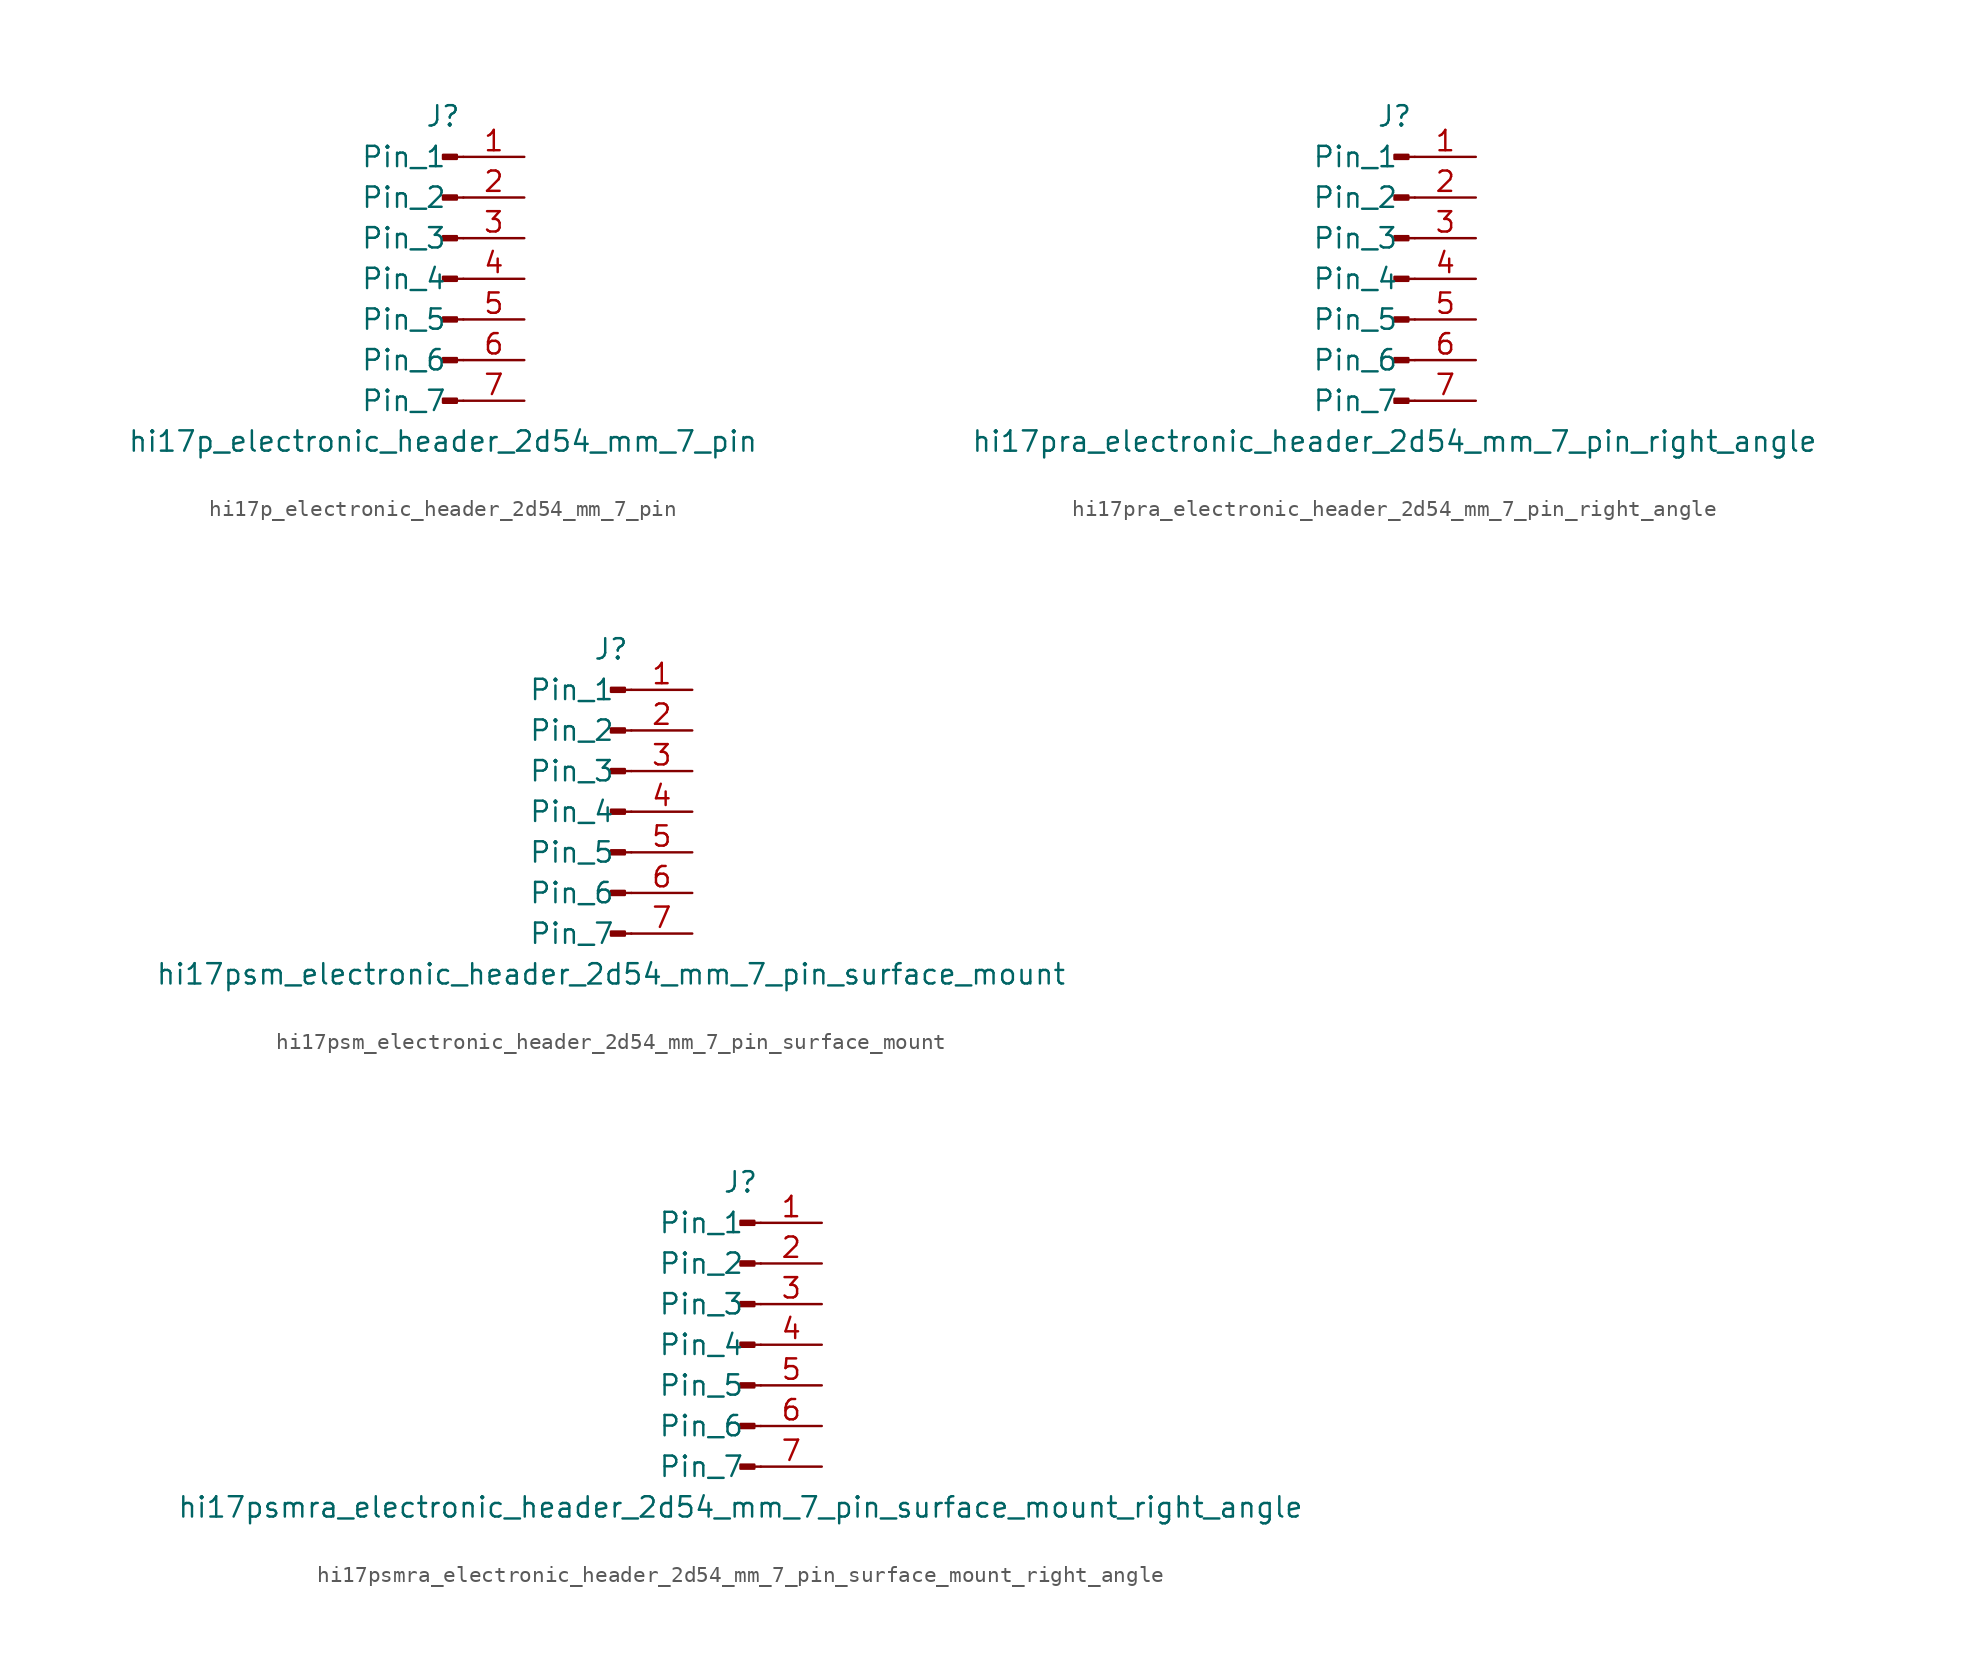
<source format=kicad_sym>
(kicad_symbol_lib
  (version 20220914)
  (generator kicad_symbol_editor)
  (symbol "hi17p_electronic_header_2d54_mm_7_pin"
    (pin_names
      (offset 1.016))
    (property "Reference" "J"
      (at 0 10.16 0)
      (effects (font (size 1.27 1.27))))
    (property "Value" "hi17p_electronic_header_2d54_mm_7_pin"
      (at 0 -10.16 0)
      (effects (font (size 1.27 1.27))))
    (property "ki_locked" ""
      (at 0 0 0)
      (effects (font (size 1.27 1.27))))
    (symbol "hi17p_electronic_header_2d54_mm_7_pin_1_1"
      (polyline (pts (xy 1.27 -7.62) (xy 0.864 -7.62)) (stroke (width 0.152) (type default)) (fill (type none)))
      (polyline (pts (xy 1.27 -5.08) (xy 0.864 -5.08)) (stroke (width 0.152) (type default)) (fill (type none)))
      (polyline (pts (xy 1.27 -2.54) (xy 0.864 -2.54)) (stroke (width 0.152) (type default)) (fill (type none)))
      (polyline (pts (xy 1.27 0) (xy 0.864 0)) (stroke (width 0.152) (type default)) (fill (type none)))
      (polyline (pts (xy 1.27 2.54) (xy 0.864 2.54)) (stroke (width 0.152) (type default)) (fill (type none)))
      (polyline (pts (xy 1.27 5.08) (xy 0.864 5.08)) (stroke (width 0.152) (type default)) (fill (type none)))
      (polyline (pts (xy 1.27 7.62) (xy 0.864 7.62)) (stroke (width 0.152) (type default)) (fill (type none)))
      (rectangle (start 0.864 -7.493) (end 0 -7.747) (stroke (width 0.152) (type default)) (fill (type outline)))
      (rectangle (start 0.864 -4.953) (end 0 -5.207) (stroke (width 0.152) (type default)) (fill (type outline)))
      (rectangle (start 0.864 -2.413) (end 0 -2.667) (stroke (width 0.152) (type default)) (fill (type outline)))
      (rectangle (start 0.864 0.127) (end 0 -0.127) (stroke (width 0.152) (type default)) (fill (type outline)))
      (rectangle (start 0.864 2.667) (end 0 2.413) (stroke (width 0.152) (type default)) (fill (type outline)))
      (rectangle (start 0.864 5.207) (end 0 4.953) (stroke (width 0.152) (type default)) (fill (type outline)))
      (rectangle (start 0.864 7.747) (end 0 7.493) (stroke (width 0.152) (type default)) (fill (type outline)))
      (pin passive line (at 5.08 7.62 180) (length 3.81) (name "Pin_1" (effects (font (size 1.27 1.27)))) (number "1" (effects (font (size 1.27 1.27)))))
      (pin passive line (at 5.08 5.08 180) (length 3.81) (name "Pin_2" (effects (font (size 1.27 1.27)))) (number "2" (effects (font (size 1.27 1.27)))))
      (pin passive line (at 5.08 2.54 180) (length 3.81) (name "Pin_3" (effects (font (size 1.27 1.27)))) (number "3" (effects (font (size 1.27 1.27)))))
      (pin passive line (at 5.08 0 180) (length 3.81) (name "Pin_4" (effects (font (size 1.27 1.27)))) (number "4" (effects (font (size 1.27 1.27)))))
      (pin passive line (at 5.08 -2.54 180) (length 3.81) (name "Pin_5" (effects (font (size 1.27 1.27)))) (number "5" (effects (font (size 1.27 1.27)))))
      (pin passive line (at 5.08 -5.08 180) (length 3.81) (name "Pin_6" (effects (font (size 1.27 1.27)))) (number "6" (effects (font (size 1.27 1.27)))))
      (pin passive line (at 5.08 -7.62 180) (length 3.81) (name "Pin_7" (effects (font (size 1.27 1.27)))) (number "7" (effects (font (size 1.27 1.27)))))))
  (symbol "hi17pra_electronic_header_2d54_mm_7_pin_right_angle"
    (pin_names
      (offset 1.016))
    (property "Reference" "J"
      (at 0 10.16 0)
      (effects (font (size 1.27 1.27))))
    (property "Value" "hi17pra_electronic_header_2d54_mm_7_pin_right_angle"
      (at 0 -10.16 0)
      (effects (font (size 1.27 1.27))))
    (property "ki_locked" ""
      (at 0 0 0)
      (effects (font (size 1.27 1.27))))
    (symbol "hi17pra_electronic_header_2d54_mm_7_pin_right_angle_1_1"
      (polyline (pts (xy 1.27 -7.62) (xy 0.864 -7.62)) (stroke (width 0.152) (type default)) (fill (type none)))
      (polyline (pts (xy 1.27 -5.08) (xy 0.864 -5.08)) (stroke (width 0.152) (type default)) (fill (type none)))
      (polyline (pts (xy 1.27 -2.54) (xy 0.864 -2.54)) (stroke (width 0.152) (type default)) (fill (type none)))
      (polyline (pts (xy 1.27 0) (xy 0.864 0)) (stroke (width 0.152) (type default)) (fill (type none)))
      (polyline (pts (xy 1.27 2.54) (xy 0.864 2.54)) (stroke (width 0.152) (type default)) (fill (type none)))
      (polyline (pts (xy 1.27 5.08) (xy 0.864 5.08)) (stroke (width 0.152) (type default)) (fill (type none)))
      (polyline (pts (xy 1.27 7.62) (xy 0.864 7.62)) (stroke (width 0.152) (type default)) (fill (type none)))
      (rectangle (start 0.864 -7.493) (end 0 -7.747) (stroke (width 0.152) (type default)) (fill (type outline)))
      (rectangle (start 0.864 -4.953) (end 0 -5.207) (stroke (width 0.152) (type default)) (fill (type outline)))
      (rectangle (start 0.864 -2.413) (end 0 -2.667) (stroke (width 0.152) (type default)) (fill (type outline)))
      (rectangle (start 0.864 0.127) (end 0 -0.127) (stroke (width 0.152) (type default)) (fill (type outline)))
      (rectangle (start 0.864 2.667) (end 0 2.413) (stroke (width 0.152) (type default)) (fill (type outline)))
      (rectangle (start 0.864 5.207) (end 0 4.953) (stroke (width 0.152) (type default)) (fill (type outline)))
      (rectangle (start 0.864 7.747) (end 0 7.493) (stroke (width 0.152) (type default)) (fill (type outline)))
      (pin passive line (at 5.08 7.62 180) (length 3.81) (name "Pin_1" (effects (font (size 1.27 1.27)))) (number "1" (effects (font (size 1.27 1.27)))))
      (pin passive line (at 5.08 5.08 180) (length 3.81) (name "Pin_2" (effects (font (size 1.27 1.27)))) (number "2" (effects (font (size 1.27 1.27)))))
      (pin passive line (at 5.08 2.54 180) (length 3.81) (name "Pin_3" (effects (font (size 1.27 1.27)))) (number "3" (effects (font (size 1.27 1.27)))))
      (pin passive line (at 5.08 0 180) (length 3.81) (name "Pin_4" (effects (font (size 1.27 1.27)))) (number "4" (effects (font (size 1.27 1.27)))))
      (pin passive line (at 5.08 -2.54 180) (length 3.81) (name "Pin_5" (effects (font (size 1.27 1.27)))) (number "5" (effects (font (size 1.27 1.27)))))
      (pin passive line (at 5.08 -5.08 180) (length 3.81) (name "Pin_6" (effects (font (size 1.27 1.27)))) (number "6" (effects (font (size 1.27 1.27)))))
      (pin passive line (at 5.08 -7.62 180) (length 3.81) (name "Pin_7" (effects (font (size 1.27 1.27)))) (number "7" (effects (font (size 1.27 1.27)))))))
  (symbol "hi17psm_electronic_header_2d54_mm_7_pin_surface_mount"
    (pin_names
      (offset 1.016))
    (property "Reference" "J"
      (at 0 10.16 0)
      (effects (font (size 1.27 1.27))))
    (property "Value" "hi17psm_electronic_header_2d54_mm_7_pin_surface_mount"
      (at 0 -10.16 0)
      (effects (font (size 1.27 1.27))))
    (property "ki_locked" ""
      (at 0 0 0)
      (effects (font (size 1.27 1.27))))
    (symbol "hi17psm_electronic_header_2d54_mm_7_pin_surface_mount_1_1"
      (polyline (pts (xy 1.27 -7.62) (xy 0.864 -7.62)) (stroke (width 0.152) (type default)) (fill (type none)))
      (polyline (pts (xy 1.27 -5.08) (xy 0.864 -5.08)) (stroke (width 0.152) (type default)) (fill (type none)))
      (polyline (pts (xy 1.27 -2.54) (xy 0.864 -2.54)) (stroke (width 0.152) (type default)) (fill (type none)))
      (polyline (pts (xy 1.27 0) (xy 0.864 0)) (stroke (width 0.152) (type default)) (fill (type none)))
      (polyline (pts (xy 1.27 2.54) (xy 0.864 2.54)) (stroke (width 0.152) (type default)) (fill (type none)))
      (polyline (pts (xy 1.27 5.08) (xy 0.864 5.08)) (stroke (width 0.152) (type default)) (fill (type none)))
      (polyline (pts (xy 1.27 7.62) (xy 0.864 7.62)) (stroke (width 0.152) (type default)) (fill (type none)))
      (rectangle (start 0.864 -7.493) (end 0 -7.747) (stroke (width 0.152) (type default)) (fill (type outline)))
      (rectangle (start 0.864 -4.953) (end 0 -5.207) (stroke (width 0.152) (type default)) (fill (type outline)))
      (rectangle (start 0.864 -2.413) (end 0 -2.667) (stroke (width 0.152) (type default)) (fill (type outline)))
      (rectangle (start 0.864 0.127) (end 0 -0.127) (stroke (width 0.152) (type default)) (fill (type outline)))
      (rectangle (start 0.864 2.667) (end 0 2.413) (stroke (width 0.152) (type default)) (fill (type outline)))
      (rectangle (start 0.864 5.207) (end 0 4.953) (stroke (width 0.152) (type default)) (fill (type outline)))
      (rectangle (start 0.864 7.747) (end 0 7.493) (stroke (width 0.152) (type default)) (fill (type outline)))
      (pin passive line (at 5.08 7.62 180) (length 3.81) (name "Pin_1" (effects (font (size 1.27 1.27)))) (number "1" (effects (font (size 1.27 1.27)))))
      (pin passive line (at 5.08 5.08 180) (length 3.81) (name "Pin_2" (effects (font (size 1.27 1.27)))) (number "2" (effects (font (size 1.27 1.27)))))
      (pin passive line (at 5.08 2.54 180) (length 3.81) (name "Pin_3" (effects (font (size 1.27 1.27)))) (number "3" (effects (font (size 1.27 1.27)))))
      (pin passive line (at 5.08 0 180) (length 3.81) (name "Pin_4" (effects (font (size 1.27 1.27)))) (number "4" (effects (font (size 1.27 1.27)))))
      (pin passive line (at 5.08 -2.54 180) (length 3.81) (name "Pin_5" (effects (font (size 1.27 1.27)))) (number "5" (effects (font (size 1.27 1.27)))))
      (pin passive line (at 5.08 -5.08 180) (length 3.81) (name "Pin_6" (effects (font (size 1.27 1.27)))) (number "6" (effects (font (size 1.27 1.27)))))
      (pin passive line (at 5.08 -7.62 180) (length 3.81) (name "Pin_7" (effects (font (size 1.27 1.27)))) (number "7" (effects (font (size 1.27 1.27)))))))
  (symbol "hi17psmra_electronic_header_2d54_mm_7_pin_surface_mount_right_angle"
    (pin_names
      (offset 1.016))
    (property "Reference" "J"
      (at 0 10.16 0)
      (effects (font (size 1.27 1.27))))
    (property "Value" "hi17psmra_electronic_header_2d54_mm_7_pin_surface_mount_right_angle"
      (at 0 -10.16 0)
      (effects (font (size 1.27 1.27))))
    (property "ki_locked" ""
      (at 0 0 0)
      (effects (font (size 1.27 1.27))))
    (symbol "hi17psmra_electronic_header_2d54_mm_7_pin_surface_mount_right_angle_1_1"
      (polyline (pts (xy 1.27 -7.62) (xy 0.864 -7.62)) (stroke (width 0.152) (type default)) (fill (type none)))
      (polyline (pts (xy 1.27 -5.08) (xy 0.864 -5.08)) (stroke (width 0.152) (type default)) (fill (type none)))
      (polyline (pts (xy 1.27 -2.54) (xy 0.864 -2.54)) (stroke (width 0.152) (type default)) (fill (type none)))
      (polyline (pts (xy 1.27 0) (xy 0.864 0)) (stroke (width 0.152) (type default)) (fill (type none)))
      (polyline (pts (xy 1.27 2.54) (xy 0.864 2.54)) (stroke (width 0.152) (type default)) (fill (type none)))
      (polyline (pts (xy 1.27 5.08) (xy 0.864 5.08)) (stroke (width 0.152) (type default)) (fill (type none)))
      (polyline (pts (xy 1.27 7.62) (xy 0.864 7.62)) (stroke (width 0.152) (type default)) (fill (type none)))
      (rectangle (start 0.864 -7.493) (end 0 -7.747) (stroke (width 0.152) (type default)) (fill (type outline)))
      (rectangle (start 0.864 -4.953) (end 0 -5.207) (stroke (width 0.152) (type default)) (fill (type outline)))
      (rectangle (start 0.864 -2.413) (end 0 -2.667) (stroke (width 0.152) (type default)) (fill (type outline)))
      (rectangle (start 0.864 0.127) (end 0 -0.127) (stroke (width 0.152) (type default)) (fill (type outline)))
      (rectangle (start 0.864 2.667) (end 0 2.413) (stroke (width 0.152) (type default)) (fill (type outline)))
      (rectangle (start 0.864 5.207) (end 0 4.953) (stroke (width 0.152) (type default)) (fill (type outline)))
      (rectangle (start 0.864 7.747) (end 0 7.493) (stroke (width 0.152) (type default)) (fill (type outline)))
      (pin passive line (at 5.08 7.62 180) (length 3.81) (name "Pin_1" (effects (font (size 1.27 1.27)))) (number "1" (effects (font (size 1.27 1.27)))))
      (pin passive line (at 5.08 5.08 180) (length 3.81) (name "Pin_2" (effects (font (size 1.27 1.27)))) (number "2" (effects (font (size 1.27 1.27)))))
      (pin passive line (at 5.08 2.54 180) (length 3.81) (name "Pin_3" (effects (font (size 1.27 1.27)))) (number "3" (effects (font (size 1.27 1.27)))))
      (pin passive line (at 5.08 0 180) (length 3.81) (name "Pin_4" (effects (font (size 1.27 1.27)))) (number "4" (effects (font (size 1.27 1.27)))))
      (pin passive line (at 5.08 -2.54 180) (length 3.81) (name "Pin_5" (effects (font (size 1.27 1.27)))) (number "5" (effects (font (size 1.27 1.27)))))
      (pin passive line (at 5.08 -5.08 180) (length 3.81) (name "Pin_6" (effects (font (size 1.27 1.27)))) (number "6" (effects (font (size 1.27 1.27)))))
      (pin passive line (at 5.08 -7.62 180) (length 3.81) (name "Pin_7" (effects (font (size 1.27 1.27)))) (number "7" (effects (font (size 1.27 1.27))))))))
</source>
